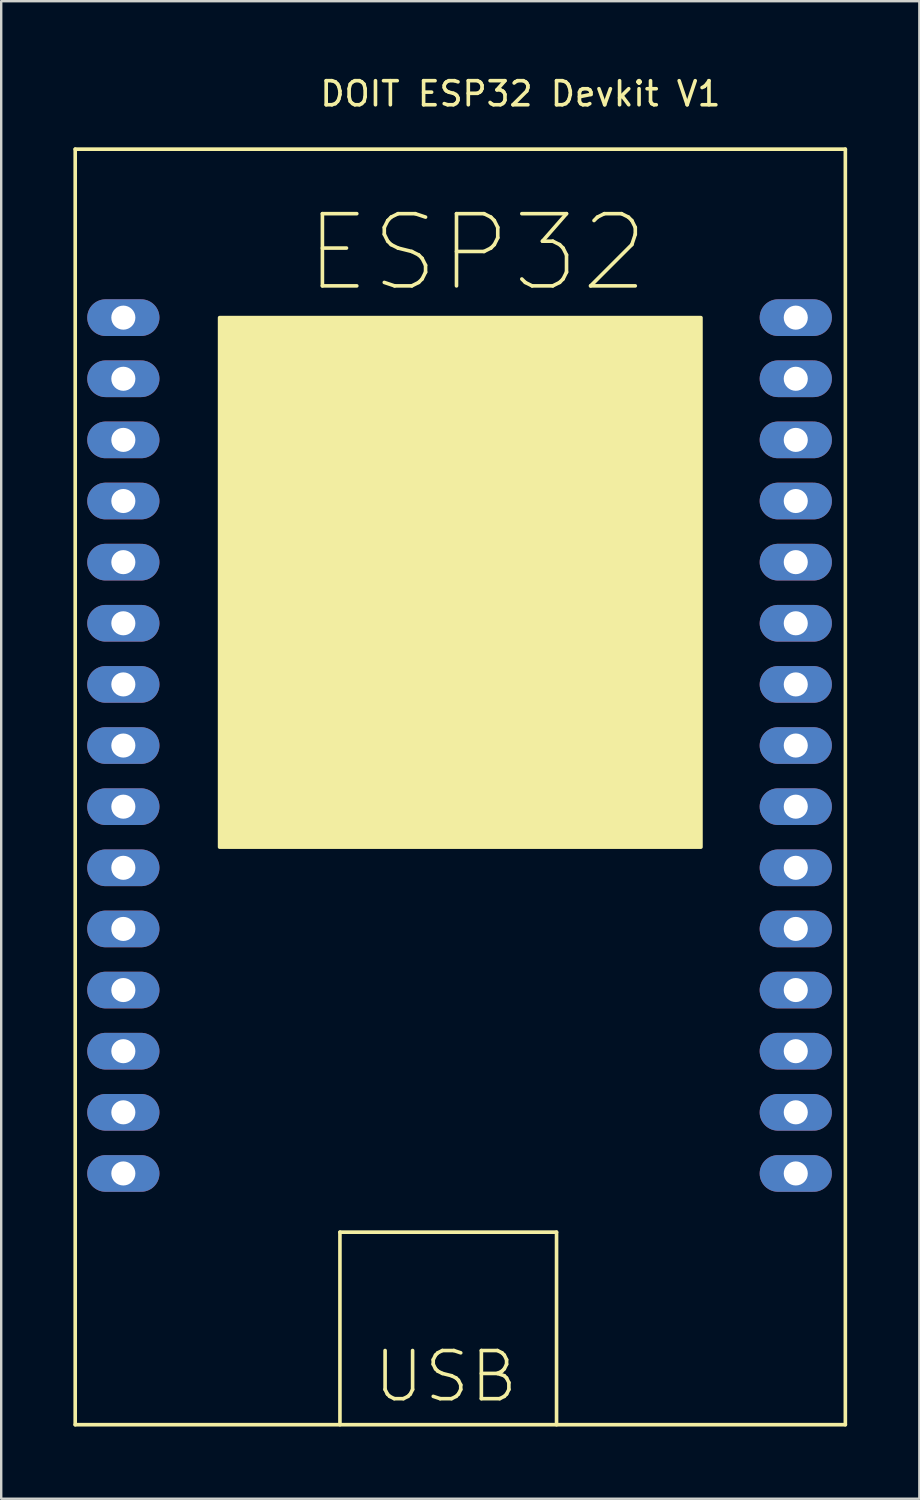
<source format=kicad_pcb>
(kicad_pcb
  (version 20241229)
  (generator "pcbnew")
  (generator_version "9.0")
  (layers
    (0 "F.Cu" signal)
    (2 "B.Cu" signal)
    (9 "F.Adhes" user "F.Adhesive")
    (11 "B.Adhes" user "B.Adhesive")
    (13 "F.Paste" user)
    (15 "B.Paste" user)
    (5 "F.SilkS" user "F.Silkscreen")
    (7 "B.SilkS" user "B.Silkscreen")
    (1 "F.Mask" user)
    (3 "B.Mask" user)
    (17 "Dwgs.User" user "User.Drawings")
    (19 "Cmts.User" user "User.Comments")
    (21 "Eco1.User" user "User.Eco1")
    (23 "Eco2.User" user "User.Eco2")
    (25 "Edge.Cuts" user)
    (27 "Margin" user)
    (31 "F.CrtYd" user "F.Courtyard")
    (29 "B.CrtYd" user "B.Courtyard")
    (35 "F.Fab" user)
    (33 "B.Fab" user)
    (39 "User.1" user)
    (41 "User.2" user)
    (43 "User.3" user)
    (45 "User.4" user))
  (footprint "DOIT ESP32 Devkit V1"
    (layer "F.Cu")
    (at 2.075 10.148)
    (property "Reference" "DOIT ESP32 Devkit V1" (at 16.5 -9.3 0) (layer "F.SilkS") (effects (font (size 1 1) (thickness 0.15))))
    (attr through_hole)
    (fp_line (start -2 -7) (end -2 46) (stroke (width 0.15) (type solid)) (layer "F.SilkS"))
    (fp_line (start -2 -7) (end 30 -7) (stroke (width 0.15) (type solid)) (layer "F.SilkS"))
    (fp_line (start -2 46) (end 30 46) (stroke (width 0.15) (type solid)) (layer "F.SilkS"))
    (fp_line (start 9 38) (end 18 38) (stroke (width 0.15) (type solid)) (layer "F.SilkS"))
    (fp_line (start 9 46) (end 9 38) (stroke (width 0.15) (type solid)) (layer "F.SilkS"))
    (fp_line (start 18 38) (end 18 46) (stroke (width 0.15) (type solid)) (layer "F.SilkS"))
    (fp_line (start 30 -7) (end 30 46) (stroke (width 0.15) (type solid)) (layer "F.SilkS"))
    (fp_poly (pts (xy 4 0) (xy 24 0) (xy 24 22) (xy 4 22)) (stroke (width 0.15) (type solid)) (fill yes) (layer "F.SilkS"))
    (fp_text user "ESP32" (at 14.7 -2.7 0) (layer "F.SilkS") (effects (font (size 3 3) (thickness 0.15))))
    (fp_text user "USB" (at 13.4 44 0) (layer "F.SilkS") (effects (font (size 2 2) (thickness 0.15))))
    (pad "1" thru_hole oval (at 0 0) (size 3 1.524) (drill 1) (layers "*.Cu" "*.Mask"))
    (pad "2" thru_hole oval (at 0 2.54) (size 3 1.524) (drill 1) (layers "*.Cu" "*.Mask"))
    (pad "3" thru_hole oval (at 0 5.08) (size 3 1.524) (drill 1) (layers "*.Cu" "*.Mask"))
    (pad "4" thru_hole oval (at 0 7.62) (size 3 1.524) (drill 1) (layers "*.Cu" "*.Mask"))
    (pad "5" thru_hole oval (at 0 10.16) (size 3 1.524) (drill 1) (layers "*.Cu" "*.Mask"))
    (pad "6" thru_hole oval (at 0 12.7) (size 3 1.524) (drill 1) (layers "*.Cu" "*.Mask"))
    (pad "7" thru_hole oval (at 0 15.24) (size 3 1.524) (drill 1) (layers "*.Cu" "*.Mask"))
    (pad "8" thru_hole oval (at 0 17.78) (size 3 1.524) (drill 1) (layers "*.Cu" "*.Mask"))
    (pad "9" thru_hole oval (at 0 20.32) (size 3 1.524) (drill 1) (layers "*.Cu" "*.Mask"))
    (pad "10" thru_hole oval (at 0 22.86) (size 3 1.524) (drill 1) (layers "*.Cu" "*.Mask"))
    (pad "11" thru_hole oval (at 0 25.4) (size 3 1.524) (drill 1) (layers "*.Cu" "*.Mask"))
    (pad "12" thru_hole oval (at 0 27.94) (size 3 1.524) (drill 1) (layers "*.Cu" "*.Mask"))
    (pad "13" thru_hole oval (at 0 30.48) (size 3 1.524) (drill 1) (layers "*.Cu" "*.Mask"))
    (pad "14" thru_hole oval (at 0 33.02) (size 3 1.524) (drill 1) (layers "*.Cu" "*.Mask"))
    (pad "15" thru_hole oval (at 0 35.56) (size 3 1.524) (drill 1) (layers "*.Cu" "*.Mask"))
    (pad "16" thru_hole oval (at 27.94 35.56) (size 3 1.524) (drill 1) (layers "*.Cu" "*.Mask"))
    (pad "17" thru_hole oval (at 27.94 33.02) (size 3 1.524) (drill 1) (layers "*.Cu" "*.Mask"))
    (pad "18" thru_hole oval (at 27.94 30.48) (size 3 1.524) (drill 1) (layers "*.Cu" "*.Mask"))
    (pad "19" thru_hole oval (at 27.94 27.94) (size 3 1.524) (drill 1) (layers "*.Cu" "*.Mask"))
    (pad "20" thru_hole oval (at 27.94 25.4) (size 3 1.524) (drill 1) (layers "*.Cu" "*.Mask"))
    (pad "21" thru_hole oval (at 27.94 22.86) (size 3 1.524) (drill 1) (layers "*.Cu" "*.Mask"))
    (pad "22" thru_hole oval (at 27.94 20.32) (size 3 1.524) (drill 1) (layers "*.Cu" "*.Mask"))
    (pad "23" thru_hole oval (at 27.94 17.78) (size 3 1.524) (drill 1) (layers "*.Cu" "*.Mask"))
    (pad "24" thru_hole oval (at 27.94 15.24) (size 3 1.524) (drill 1) (layers "*.Cu" "*.Mask"))
    (pad "25" thru_hole oval (at 27.94 12.7) (size 3 1.524) (drill 1) (layers "*.Cu" "*.Mask"))
    (pad "26" thru_hole oval (at 27.94 10.16) (size 3 1.524) (drill 1) (layers "*.Cu" "*.Mask"))
    (pad "27" thru_hole oval (at 27.94 7.62) (size 3 1.524) (drill 1) (layers "*.Cu" "*.Mask"))
    (pad "28" thru_hole oval (at 27.94 5.08) (size 3 1.524) (drill 1) (layers "*.Cu" "*.Mask"))
    (pad "29" thru_hole oval (at 27.94 2.54) (size 3 1.524) (drill 1) (layers "*.Cu" "*.Mask"))
    (pad "30" thru_hole oval (at 27.94 0) (size 3 1.524) (drill 1) (layers "*.Cu" "*.Mask")))
  (gr_rect
    (start -3 -3)
    (end 35.15 59.223)
    (stroke (width 0.1) (type default))
    (fill no)
    (layer "Edge.Cuts")))
</source>
